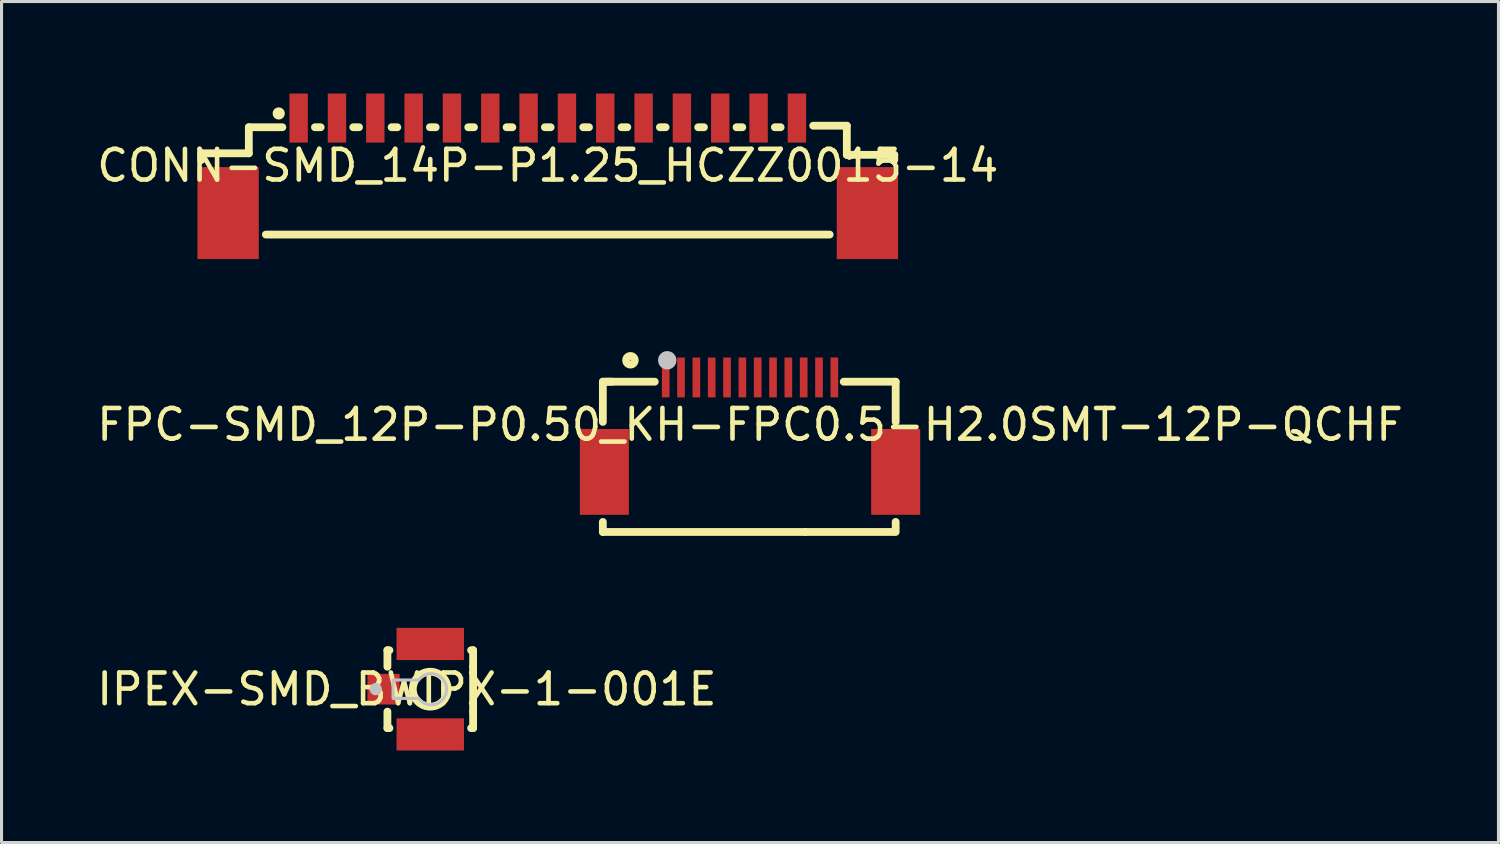
<source format=kicad_pcb>
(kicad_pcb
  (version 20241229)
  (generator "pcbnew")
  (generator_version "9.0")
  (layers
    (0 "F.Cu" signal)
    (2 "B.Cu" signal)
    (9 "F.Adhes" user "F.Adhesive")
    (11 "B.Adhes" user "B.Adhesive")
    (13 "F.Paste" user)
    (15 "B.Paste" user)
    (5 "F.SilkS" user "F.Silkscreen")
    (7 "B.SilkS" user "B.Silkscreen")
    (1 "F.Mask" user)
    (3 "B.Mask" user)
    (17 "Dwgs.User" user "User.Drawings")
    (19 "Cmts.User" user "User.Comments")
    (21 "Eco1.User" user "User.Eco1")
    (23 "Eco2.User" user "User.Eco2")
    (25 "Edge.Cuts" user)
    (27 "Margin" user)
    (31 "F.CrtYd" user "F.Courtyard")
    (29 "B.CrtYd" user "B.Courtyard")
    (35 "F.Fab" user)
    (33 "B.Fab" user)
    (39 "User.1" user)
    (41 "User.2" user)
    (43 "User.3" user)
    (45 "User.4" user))
  (footprint "CONN-SMD_14P-P1.25_HCZZ0015-14"
    (layer "F.Cu")
    (at 14.815 2.35)
    (property "Reference" "CONN-SMD_14P-P1.25_HCZZ0015-14" (at 0 0 0) (layer "F.SilkS") (effects (font (size 1 1) (thickness 0.15))))
    (fp_line (start -11.3 -0.4) (end -11.3 -0.181) (stroke (width 0.254) (type default)) (layer "F.SilkS"))
    (fp_line (start -9.75 -1.25) (end -9.75 -0.4) (stroke (width 0.254) (type default)) (layer "F.SilkS"))
    (fp_line (start -9.75 -0.4) (end -11.3 -0.4) (stroke (width 0.254) (type default)) (layer "F.SilkS"))
    (fp_line (start -9.194 2.25) (end 9.194 2.25) (stroke (width 0.254) (type default)) (layer "F.SilkS"))
    (fp_line (start -8.656 -1.25) (end -9.75 -1.25) (stroke (width 0.254) (type default)) (layer "F.SilkS"))
    (fp_line (start -7.406 -1.25) (end -7.594 -1.25) (stroke (width 0.254) (type default)) (layer "F.SilkS"))
    (fp_line (start -6.156 -1.25) (end -6.344 -1.25) (stroke (width 0.254) (type default)) (layer "F.SilkS"))
    (fp_line (start -4.907 -1.25) (end -5.094 -1.25) (stroke (width 0.254) (type default)) (layer "F.SilkS"))
    (fp_line (start -3.656 -1.25) (end -3.844 -1.25) (stroke (width 0.254) (type default)) (layer "F.SilkS"))
    (fp_line (start -2.406 -1.25) (end -2.594 -1.25) (stroke (width 0.254) (type default)) (layer "F.SilkS"))
    (fp_line (start -1.156 -1.25) (end -1.344 -1.25) (stroke (width 0.254) (type default)) (layer "F.SilkS"))
    (fp_line (start 0.093 -1.25) (end -0.094 -1.25) (stroke (width 0.254) (type default)) (layer "F.SilkS"))
    (fp_line (start 1.344 -1.25) (end 1.156 -1.25) (stroke (width 0.254) (type default)) (layer "F.SilkS"))
    (fp_line (start 2.594 -1.25) (end 2.406 -1.25) (stroke (width 0.254) (type default)) (layer "F.SilkS"))
    (fp_line (start 3.844 -1.25) (end 3.656 -1.25) (stroke (width 0.254) (type default)) (layer "F.SilkS"))
    (fp_line (start 5.093 -1.25) (end 4.906 -1.25) (stroke (width 0.254) (type default)) (layer "F.SilkS"))
    (fp_line (start 6.344 -1.25) (end 6.156 -1.25) (stroke (width 0.254) (type default)) (layer "F.SilkS"))
    (fp_line (start 7.594 -1.25) (end 7.406 -1.25) (stroke (width 0.254) (type default)) (layer "F.SilkS"))
    (fp_line (start 9.753 -1.3) (end 8.656 -1.3) (stroke (width 0.254) (type default)) (layer "F.SilkS"))
    (fp_line (start 9.753 -0.35) (end 9.753 -1.3) (stroke (width 0.254) (type default)) (layer "F.SilkS"))
    (fp_line (start 9.753 -0.35) (end 11.3 -0.35) (stroke (width 0.254) (type default)) (layer "F.SilkS"))
    (fp_line (start 11.3 -0.181) (end 11.3 -0.35) (stroke (width 0.254) (type default)) (layer "F.SilkS"))
    (fp_circle (center -8.775 -1.7) (end -8.675 -1.7) (stroke (width 0.2) (type default)) (fill no) (layer "F.SilkS"))
    (pad "1" smd rect (at -8.125 -1.55 180) (size 0.6 1.6) (layers "F.Cu" "F.Mask" "F.Paste"))
    (pad "2" smd rect (at -6.875 -1.55 180) (size 0.6 1.6) (layers "F.Cu" "F.Mask" "F.Paste"))
    (pad "3" smd rect (at -5.625 -1.55 180) (size 0.6 1.6) (layers "F.Cu" "F.Mask" "F.Paste"))
    (pad "4" smd rect (at -4.375 -1.55 180) (size 0.6 1.6) (layers "F.Cu" "F.Mask" "F.Paste"))
    (pad "5" smd rect (at -3.125 -1.55 180) (size 0.6 1.6) (layers "F.Cu" "F.Mask" "F.Paste"))
    (pad "6" smd rect (at -1.875 -1.55 180) (size 0.6 1.6) (layers "F.Cu" "F.Mask" "F.Paste"))
    (pad "7" smd rect (at -0.625 -1.55 180) (size 0.6 1.6) (layers "F.Cu" "F.Mask" "F.Paste"))
    (pad "8" smd rect (at 0.625 -1.55 180) (size 0.6 1.6) (layers "F.Cu" "F.Mask" "F.Paste"))
    (pad "9" smd rect (at 1.875 -1.55 180) (size 0.6 1.6) (layers "F.Cu" "F.Mask" "F.Paste"))
    (pad "10" smd rect (at 3.125 -1.55 180) (size 0.6 1.6) (layers "F.Cu" "F.Mask" "F.Paste"))
    (pad "11" smd rect (at 4.375 -1.55 180) (size 0.6 1.6) (layers "F.Cu" "F.Mask" "F.Paste"))
    (pad "12" smd rect (at 5.625 -1.55 180) (size 0.6 1.6) (layers "F.Cu" "F.Mask" "F.Paste"))
    (pad "13" smd rect (at 6.875 -1.55 180) (size 0.6 1.6) (layers "F.Cu" "F.Mask" "F.Paste"))
    (pad "14" smd rect (at 8.125 -1.55 180) (size 0.6 1.6) (layers "F.Cu" "F.Mask" "F.Paste"))
    (pad "15" smd rect (at 10.425 1.55 180) (size 2 3) (layers "F.Cu" "F.Mask" "F.Paste"))
    (pad "16" smd rect (at -10.425 1.55 180) (size 2 3) (layers "F.Cu" "F.Mask" "F.Paste")))
  (footprint "IPEX-SMD_BWIPX-1-001E"
    (layer "F.Cu")
    (at 10.22 19.427)
    (property "Reference" "IPEX-SMD_BWIPX-1-001E" (at 0 0 0) (layer "F.SilkS") (effects (font (size 1 1) (thickness 0.15))))
    (fp_line (start -0.635 -1.27) (end -0.635 -0.731) (stroke (width 0.254) (type default)) (layer "F.SilkS"))
    (fp_line (start -0.635 0.731) (end -0.635 1.27) (stroke (width 0.254) (type default)) (layer "F.SilkS"))
    (fp_line (start -0.635 1.27) (end -0.569 1.27) (stroke (width 0.254) (type default)) (layer "F.SilkS"))
    (fp_line (start -0.569 -1.27) (end -0.635 -1.27) (stroke (width 0.254) (type default)) (layer "F.SilkS"))
    (fp_line (start 2.094 1.27) (end 2.16 1.27) (stroke (width 0.254) (type default)) (layer "F.SilkS"))
    (fp_line (start 2.16 -1.27) (end 2.094 -1.27) (stroke (width 0.254) (type default)) (layer "F.SilkS"))
    (fp_line (start 2.16 -0.731) (end 2.16 -1.27) (stroke (width 0.254) (type default)) (layer "F.SilkS"))
    (fp_line (start 2.16 -0.731) (end 2.16 0.731) (stroke (width 0.254) (type default)) (layer "F.SilkS"))
    (fp_line (start 2.16 1.27) (end 2.16 0.731) (stroke (width 0.254) (type default)) (layer "F.SilkS"))
    (fp_circle (center 0.762 0) (end 1.331 0) (stroke (width 0.254) (type default)) (fill no) (layer "F.SilkS"))
    (fp_circle (center -1.016 0) (end -0.915 0) (stroke (width 0.2) (type default)) (fill no) (layer "Dwgs.User"))
    (fp_poly (pts (arc (start 1.2935 0) (mid 1.14471 0.35921) (end 0.7855 0.508)) (arc (start 0.7855 0.508) (mid 0.561144 0.450823) (end 0.3855 0.3)) (xy -0.45 0.3) (xy -0.45 -0.3) (arc (start 0.3855 -0.3) (mid 0.561173 -0.450767) (end 0.7855 -0.508)) (arc (start 0.7855 -0.508) (mid 1.14471 -0.35921) (end 1.2935 0))) (stroke (width 0.1) (type default)) (fill no) (layer "Dwgs.User"))
    (fp_poly (pts (xy -0.438 -0.3) (xy -0.438 0.3) (xy -0.787 0.3) (xy -0.787 -0.3)) (stroke (width 0.1) (type default)) (fill no) (layer "User.1"))
    (fp_poly (pts (xy 1.663 -1.1) (xy -0.138 -1.1) (xy -0.138 -1.5) (xy 1.663 -1.5)) (stroke (width 0.1) (type default)) (fill no) (layer "User.1"))
    (fp_poly (pts (xy 1.663 1.5) (xy -0.138 1.5) (xy -0.138 1.1) (xy 1.663 1.1)) (stroke (width 0.1) (type default)) (fill no) (layer "User.1"))
    (fp_poly (pts (xy 2 -0.3) (xy 2.312 -0.3) (xy 2.312 0.3) (xy 2 0.3)) (stroke (width 0.1) (type default)) (fill no) (layer "User.1"))
    (fp_poly (pts (arc (start 1.2935 0) (mid 1.14471 0.35921) (end 0.7855 0.508)) (arc (start 0.7855 0.508) (mid 0.561144 0.450823) (end 0.3855 0.3)) (xy -0.45 0.3) (xy -0.45 -0.3) (arc (start 0.3855 -0.3) (mid 0.561173 -0.450767) (end 0.7855 -0.508)) (arc (start 0.7855 -0.508) (mid 1.14471 -0.35921) (end 1.2935 0))) (stroke (width 0.1) (type default)) (fill no) (layer "User.1"))
    (fp_line (start -0.537 -1.3) (end 2.062 -1.3) (stroke (width 0.051) (type default)) (layer "User.2"))
    (fp_line (start -0.537 1.3) (end -0.537 -1.3) (stroke (width 0.051) (type default)) (layer "User.2"))
    (fp_line (start 2.062 -1.3) (end 2.062 1.3) (stroke (width 0.051) (type default)) (layer "User.2"))
    (fp_line (start 2.062 1.3) (end -0.537 1.3) (stroke (width 0.051) (type default)) (layer "User.2"))
    (fp_poly (pts (xy -0.732 1.477) (xy -0.765 1.445) (xy -0.81 1.445) (xy -0.843 1.477) (xy -0.843 1.523) (xy -0.81 1.555) (xy -0.765 1.555) (xy -0.732 1.523)) (stroke (width 0.1) (type default)) (fill no) (layer "User.3"))
    (pad "1" smd rect (at -0.762 0 180) (size 1.05 1) (layers "F.Cu" "F.Mask" "F.Paste"))
    (pad "2" smd rect (at 0.762 1.475 180) (size 2.2 1.05) (layers "F.Cu" "F.Mask" "F.Paste"))
    (pad "3" smd rect (at 0.762 -1.475 180) (size 2.2 1.05) (layers "F.Cu" "F.Mask" "F.Paste")))
  (footprint "FPC-SMD_12P-P0.50_KH-FPC0.5-H2.0SMT-12P-QCHF"
    (layer "F.Cu")
    (at 21.411 10.8)
    (property "Reference" "FPC-SMD_12P-P0.50_KH-FPC0.5-H2.0SMT-12P-QCHF" (at 0 0 0) (layer "F.SilkS") (effects (font (size 1 1) (thickness 0.15))))
    (fp_line (start -4.8 -1.401) (end -4.5 -1.401) (stroke (width 0.254) (type default)) (layer "F.SilkS"))
    (fp_line (start -4.8 -0.09) (end -4.8 -1.401) (stroke (width 0.254) (type default)) (layer "F.SilkS"))
    (fp_line (start -4.8 3.5) (end -4.8 3.172) (stroke (width 0.254) (type default)) (layer "F.SilkS"))
    (fp_line (start -4.7 -1.401) (end -3.107 -1.401) (stroke (width 0.254) (type default)) (layer "F.SilkS"))
    (fp_line (start 1.8 3.5) (end -4.8 3.5) (stroke (width 0.254) (type default)) (layer "F.SilkS"))
    (fp_line (start 1.8 3.499) (end 4.699 3.499) (stroke (width 0.254) (type default)) (layer "F.SilkS"))
    (fp_line (start 3.056 -1.401) (end 4.75 -1.401) (stroke (width 0.254) (type default)) (layer "F.SilkS"))
    (fp_line (start 4.75 -1.401) (end 4.75 -0.09) (stroke (width 0.254) (type default)) (layer "F.SilkS"))
    (fp_line (start 4.75 3.171) (end 4.75 3.499) (stroke (width 0.254) (type default)) (layer "F.SilkS"))
    (fp_circle (center -3.9 -2.1) (end -3.759 -2.1) (stroke (width 0.254) (type default)) (fill no) (layer "F.SilkS"))
    (fp_circle (center -2.7 -2.1) (end -2.55 -2.1) (stroke (width 0.3) (type default)) (fill no) (layer "Dwgs.User"))
    (fp_poly (pts (xy -5.05 0.591) (xy -3.95 0.591) (xy -3.95 2.191) (xy -5.05 2.191)) (stroke (width 0.1) (type default)) (fill no) (layer "User.1"))
    (fp_poly (pts (xy -2.825 -1.871) (xy -2.675 -1.871) (xy -2.675 -1.121) (xy -2.825 -1.121)) (stroke (width 0.1) (type default)) (fill no) (layer "User.1"))
    (fp_poly (pts (xy -2.325 -1.871) (xy -2.175 -1.871) (xy -2.175 -1.121) (xy -2.325 -1.121)) (stroke (width 0.1) (type default)) (fill no) (layer "User.1"))
    (fp_poly (pts (xy -1.825 -1.871) (xy -1.675 -1.871) (xy -1.675 -1.121) (xy -1.825 -1.121)) (stroke (width 0.1) (type default)) (fill no) (layer "User.1"))
    (fp_poly (pts (xy -1.325 -1.871) (xy -1.175 -1.871) (xy -1.175 -1.121) (xy -1.325 -1.121)) (stroke (width 0.1) (type default)) (fill no) (layer "User.1"))
    (fp_poly (pts (xy -0.825 -1.871) (xy -0.675 -1.871) (xy -0.675 -1.121) (xy -0.825 -1.121)) (stroke (width 0.1) (type default)) (fill no) (layer "User.1"))
    (fp_poly (pts (xy -0.325 -1.871) (xy -0.175 -1.871) (xy -0.175 -1.121) (xy -0.325 -1.121)) (stroke (width 0.1) (type default)) (fill no) (layer "User.1"))
    (fp_poly (pts (xy 0.175 -1.871) (xy 0.325 -1.871) (xy 0.325 -1.121) (xy 0.175 -1.121)) (stroke (width 0.1) (type default)) (fill no) (layer "User.1"))
    (fp_poly (pts (xy 0.675 -1.871) (xy 0.825 -1.871) (xy 0.825 -1.121) (xy 0.675 -1.121)) (stroke (width 0.1) (type default)) (fill no) (layer "User.1"))
    (fp_poly (pts (xy 1.175 -1.871) (xy 1.325 -1.871) (xy 1.325 -1.121) (xy 1.175 -1.121)) (stroke (width 0.1) (type default)) (fill no) (layer "User.1"))
    (fp_poly (pts (xy 1.675 -1.871) (xy 1.825 -1.871) (xy 1.825 -1.121) (xy 1.675 -1.121)) (stroke (width 0.1) (type default)) (fill no) (layer "User.1"))
    (fp_poly (pts (xy 2.175 -1.871) (xy 2.325 -1.871) (xy 2.325 -1.121) (xy 2.175 -1.121)) (stroke (width 0.1) (type default)) (fill no) (layer "User.1"))
    (fp_poly (pts (xy 2.675 -1.871) (xy 2.825 -1.871) (xy 2.825 -1.121) (xy 2.675 -1.121)) (stroke (width 0.1) (type default)) (fill no) (layer "User.1"))
    (fp_poly (pts (xy 3.95 0.591) (xy 5.05 0.591) (xy 5.05 2.191) (xy 3.95 2.191)) (stroke (width 0.1) (type default)) (fill no) (layer "User.1"))
    (fp_line (start -4.75 -1.45) (end 4.75 -1.45) (stroke (width 0.051) (type default)) (layer "User.2"))
    (fp_line (start -4.75 3.45) (end -4.75 -1.45) (stroke (width 0.051) (type default)) (layer "User.2"))
    (fp_line (start 4.75 -1.45) (end 4.75 3.45) (stroke (width 0.051) (type default)) (layer "User.2"))
    (fp_line (start 4.75 3.45) (end -4.75 3.45) (stroke (width 0.051) (type default)) (layer "User.2"))
    (fp_poly (pts (xy -4.995 -1.893) (xy -5.027 -1.926) (xy -5.073 -1.926) (xy -5.105 -1.893) (xy -5.105 -1.848) (xy -5.073 -1.815) (xy -5.027 -1.815) (xy -4.995 -1.848)) (stroke (width 0.1) (type default)) (fill no) (layer "User.3"))
    (pad "1" smd rect (at -2.75 -1.54) (size 0.25 1.3) (layers "F.Cu" "F.Mask" "F.Paste"))
    (pad "2" smd rect (at -2.251 -1.54) (size 0.25 1.3) (layers "F.Cu" "F.Mask" "F.Paste"))
    (pad "3" smd rect (at -1.75 -1.54) (size 0.25 1.3) (layers "F.Cu" "F.Mask" "F.Paste"))
    (pad "4" smd rect (at -1.25 -1.54) (size 0.25 1.3) (layers "F.Cu" "F.Mask" "F.Paste"))
    (pad "5" smd rect (at -0.75 -1.54) (size 0.25 1.3) (layers "F.Cu" "F.Mask" "F.Paste"))
    (pad "6" smd rect (at -0.25 -1.54) (size 0.25 1.3) (layers "F.Cu" "F.Mask" "F.Paste"))
    (pad "7" smd rect (at 0.25 -1.54) (size 0.25 1.3) (layers "F.Cu" "F.Mask" "F.Paste"))
    (pad "8" smd rect (at 0.75 -1.54) (size 0.25 1.3) (layers "F.Cu" "F.Mask" "F.Paste"))
    (pad "9" smd rect (at 1.25 -1.54) (size 0.25 1.3) (layers "F.Cu" "F.Mask" "F.Paste"))
    (pad "10" smd rect (at 1.75 -1.54) (size 0.25 1.3) (layers "F.Cu" "F.Mask" "F.Paste"))
    (pad "11" smd rect (at 2.25 -1.54) (size 0.25 1.3) (layers "F.Cu" "F.Mask" "F.Paste"))
    (pad "12" smd rect (at 2.75 -1.54) (size 0.25 1.3) (layers "F.Cu" "F.Mask" "F.Paste"))
    (pad "13" smd rect (at -4.75 1.54) (size 1.6 2.8) (layers "F.Cu" "F.Mask" "F.Paste"))
    (pad "14" smd rect (at 4.75 1.54) (size 1.6 2.8) (layers "F.Cu" "F.Mask" "F.Paste")))
  (gr_rect
    (start -3 -3)
    (end 45.821 24.427)
    (stroke (width 0.1) (type default))
    (fill no)
    (layer "Edge.Cuts")))
</source>
